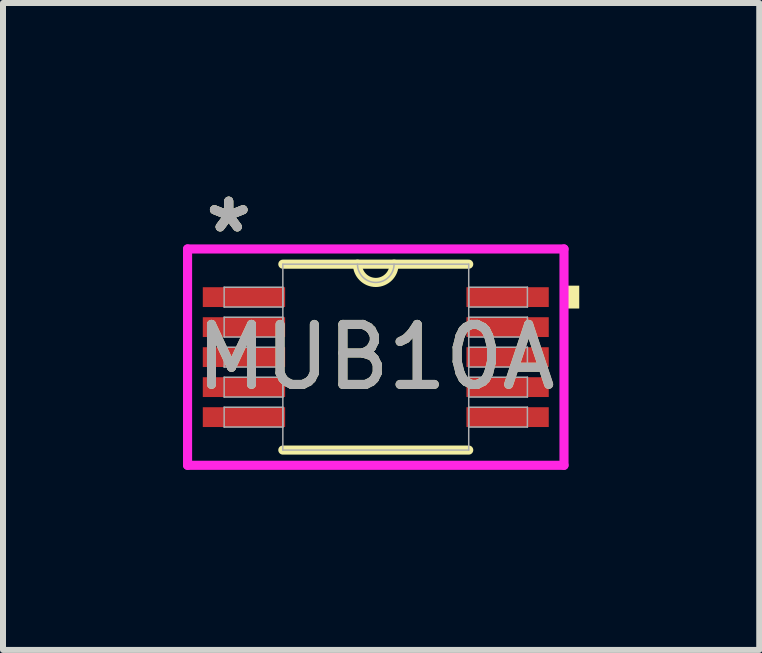
<source format=kicad_pcb>
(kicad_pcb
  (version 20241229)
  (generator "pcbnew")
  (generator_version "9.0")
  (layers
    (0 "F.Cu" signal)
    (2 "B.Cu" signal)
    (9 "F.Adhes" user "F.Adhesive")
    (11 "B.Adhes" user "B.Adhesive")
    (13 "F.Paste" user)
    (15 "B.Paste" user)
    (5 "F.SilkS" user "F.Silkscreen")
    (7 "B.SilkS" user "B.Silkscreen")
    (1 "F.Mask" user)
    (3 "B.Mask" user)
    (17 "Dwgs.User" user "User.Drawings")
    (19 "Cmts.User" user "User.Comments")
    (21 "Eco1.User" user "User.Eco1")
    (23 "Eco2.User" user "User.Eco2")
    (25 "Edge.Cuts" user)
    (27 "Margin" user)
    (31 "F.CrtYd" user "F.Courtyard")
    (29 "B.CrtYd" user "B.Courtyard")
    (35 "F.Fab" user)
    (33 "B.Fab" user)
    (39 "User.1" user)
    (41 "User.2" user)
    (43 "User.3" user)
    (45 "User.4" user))
  (footprint "MUB10A"
    (layer "F.Cu")
    (at 3.213 2.902)
    (property "Reference" "MUB10A" (at 0 0 0) (unlocked yes) (layer "F.SilkS") (effects (font (size 1 1) (thickness 0.15))))
    (attr smd)
    (fp_line (start -1.549 1.549) (end 1.549 1.549) (stroke (width 0.152) (type solid)) (layer "F.SilkS"))
    (fp_line (start 1.549 -1.549) (end -1.549 -1.549) (stroke (width 0.152) (type solid)) (layer "F.SilkS"))
    (fp_arc (start 0.3048 -1.5494) (mid 0 -1.2446) (end -0.3048 -1.5494) (stroke (width 0.1524) (type solid)) (layer "F.SilkS"))
    (fp_poly (pts (xy 3.391 -1.191) (xy 3.391 -0.81) (xy 3.137 -0.81) (xy 3.137 -1.191)) (stroke (width 0) (type solid)) (fill yes) (layer "F.SilkS"))
    (fp_line (start -3.137 -1.803) (end 3.137 -1.803) (stroke (width 0.152) (type solid)) (layer "F.CrtYd"))
    (fp_line (start -3.137 1.803) (end -3.137 -1.803) (stroke (width 0.152) (type solid)) (layer "F.CrtYd"))
    (fp_line (start 3.137 -1.803) (end 3.137 1.803) (stroke (width 0.152) (type solid)) (layer "F.CrtYd"))
    (fp_line (start 3.137 1.803) (end -3.137 1.803) (stroke (width 0.152) (type solid)) (layer "F.CrtYd"))
    (fp_line (start -2.527 -1.165) (end -2.527 -0.835) (stroke (width 0.025) (type solid)) (layer "F.Fab"))
    (fp_line (start -2.527 -0.835) (end -1.549 -0.835) (stroke (width 0.025) (type solid)) (layer "F.Fab"))
    (fp_line (start -2.527 -0.665) (end -2.527 -0.335) (stroke (width 0.025) (type solid)) (layer "F.Fab"))
    (fp_line (start -2.527 -0.335) (end -1.549 -0.335) (stroke (width 0.025) (type solid)) (layer "F.Fab"))
    (fp_line (start -2.527 -0.165) (end -2.527 0.165) (stroke (width 0.025) (type solid)) (layer "F.Fab"))
    (fp_line (start -2.527 0.165) (end -1.549 0.165) (stroke (width 0.025) (type solid)) (layer "F.Fab"))
    (fp_line (start -2.527 0.335) (end -2.527 0.665) (stroke (width 0.025) (type solid)) (layer "F.Fab"))
    (fp_line (start -2.527 0.665) (end -1.549 0.665) (stroke (width 0.025) (type solid)) (layer "F.Fab"))
    (fp_line (start -2.527 0.835) (end -2.527 1.165) (stroke (width 0.025) (type solid)) (layer "F.Fab"))
    (fp_line (start -2.527 1.165) (end -1.549 1.165) (stroke (width 0.025) (type solid)) (layer "F.Fab"))
    (fp_line (start -1.549 -1.549) (end -1.549 1.549) (stroke (width 0.025) (type solid)) (layer "F.Fab"))
    (fp_line (start -1.549 -1.165) (end -2.527 -1.165) (stroke (width 0.025) (type solid)) (layer "F.Fab"))
    (fp_line (start -1.549 -0.835) (end -1.549 -1.165) (stroke (width 0.025) (type solid)) (layer "F.Fab"))
    (fp_line (start -1.549 -0.665) (end -2.527 -0.665) (stroke (width 0.025) (type solid)) (layer "F.Fab"))
    (fp_line (start -1.549 -0.335) (end -1.549 -0.665) (stroke (width 0.025) (type solid)) (layer "F.Fab"))
    (fp_line (start -1.549 -0.165) (end -2.527 -0.165) (stroke (width 0.025) (type solid)) (layer "F.Fab"))
    (fp_line (start -1.549 0.165) (end -1.549 -0.165) (stroke (width 0.025) (type solid)) (layer "F.Fab"))
    (fp_line (start -1.549 0.335) (end -2.527 0.335) (stroke (width 0.025) (type solid)) (layer "F.Fab"))
    (fp_line (start -1.549 0.665) (end -1.549 0.335) (stroke (width 0.025) (type solid)) (layer "F.Fab"))
    (fp_line (start -1.549 0.835) (end -2.527 0.835) (stroke (width 0.025) (type solid)) (layer "F.Fab"))
    (fp_line (start -1.549 1.165) (end -1.549 0.835) (stroke (width 0.025) (type solid)) (layer "F.Fab"))
    (fp_line (start -1.549 1.549) (end 1.549 1.549) (stroke (width 0.025) (type solid)) (layer "F.Fab"))
    (fp_line (start 1.549 -1.549) (end -1.549 -1.549) (stroke (width 0.025) (type solid)) (layer "F.Fab"))
    (fp_line (start 1.549 -1.165) (end 1.549 -0.835) (stroke (width 0.025) (type solid)) (layer "F.Fab"))
    (fp_line (start 1.549 -0.835) (end 2.527 -0.835) (stroke (width 0.025) (type solid)) (layer "F.Fab"))
    (fp_line (start 1.549 -0.665) (end 1.549 -0.335) (stroke (width 0.025) (type solid)) (layer "F.Fab"))
    (fp_line (start 1.549 -0.335) (end 2.527 -0.335) (stroke (width 0.025) (type solid)) (layer "F.Fab"))
    (fp_line (start 1.549 -0.165) (end 1.549 0.165) (stroke (width 0.025) (type solid)) (layer "F.Fab"))
    (fp_line (start 1.549 0.165) (end 2.527 0.165) (stroke (width 0.025) (type solid)) (layer "F.Fab"))
    (fp_line (start 1.549 0.335) (end 1.549 0.665) (stroke (width 0.025) (type solid)) (layer "F.Fab"))
    (fp_line (start 1.549 0.665) (end 2.527 0.665) (stroke (width 0.025) (type solid)) (layer "F.Fab"))
    (fp_line (start 1.549 0.835) (end 1.549 1.165) (stroke (width 0.025) (type solid)) (layer "F.Fab"))
    (fp_line (start 1.549 1.165) (end 2.527 1.165) (stroke (width 0.025) (type solid)) (layer "F.Fab"))
    (fp_line (start 1.549 1.549) (end 1.549 -1.549) (stroke (width 0.025) (type solid)) (layer "F.Fab"))
    (fp_line (start 2.527 -1.165) (end 1.549 -1.165) (stroke (width 0.025) (type solid)) (layer "F.Fab"))
    (fp_line (start 2.527 -0.835) (end 2.527 -1.165) (stroke (width 0.025) (type solid)) (layer "F.Fab"))
    (fp_line (start 2.527 -0.665) (end 1.549 -0.665) (stroke (width 0.025) (type solid)) (layer "F.Fab"))
    (fp_line (start 2.527 -0.335) (end 2.527 -0.665) (stroke (width 0.025) (type solid)) (layer "F.Fab"))
    (fp_line (start 2.527 -0.165) (end 1.549 -0.165) (stroke (width 0.025) (type solid)) (layer "F.Fab"))
    (fp_line (start 2.527 0.165) (end 2.527 -0.165) (stroke (width 0.025) (type solid)) (layer "F.Fab"))
    (fp_line (start 2.527 0.335) (end 1.549 0.335) (stroke (width 0.025) (type solid)) (layer "F.Fab"))
    (fp_line (start 2.527 0.665) (end 2.527 0.335) (stroke (width 0.025) (type solid)) (layer "F.Fab"))
    (fp_line (start 2.527 0.835) (end 1.549 0.835) (stroke (width 0.025) (type solid)) (layer "F.Fab"))
    (fp_line (start 2.527 1.165) (end 2.527 0.835) (stroke (width 0.025) (type solid)) (layer "F.Fab"))
    (fp_arc (start 0.3048 -1.5494) (mid 0 -1.2446) (end -0.3048 -1.5494) (stroke (width 0.0254) (type solid)) (layer "F.Fab"))
    (fp_text user "*" (at -2.451 -2.054 0) (layer "F.SilkS") (effects (font (size 1 1) (thickness 0.15))))
    (fp_text user "*" (at -2.451 -2.054 0) (unlocked yes) (layer "F.SilkS") (effects (font (size 1 1) (thickness 0.15))))
    (fp_text user "*" (at -2.451 -2.054 0) (layer "F.Fab") (effects (font (size 1 1) (thickness 0.15))))
    (fp_text user "*" (at -2.451 -2.054 0) (unlocked yes) (layer "F.Fab") (effects (font (size 1 1) (thickness 0.15))))
    (fp_text user "${REFERENCE}" (at 0 0 0) (unlocked yes) (layer "F.Fab") (effects (font (size 1 1) (thickness 0.15))))
    (pad "1" smd rect (at -2.197 -1) (size 1.372 0.33) (layers "F.Cu" "F.Mask" "F.Paste"))
    (pad "2" smd rect (at -2.197 -0.5) (size 1.372 0.33) (layers "F.Cu" "F.Mask" "F.Paste"))
    (pad "3" smd rect (at -2.197 0) (size 1.372 0.33) (layers "F.Cu" "F.Mask" "F.Paste"))
    (pad "4" smd rect (at -2.197 0.5) (size 1.372 0.33) (layers "F.Cu" "F.Mask" "F.Paste"))
    (pad "5" smd rect (at -2.197 1) (size 1.372 0.33) (layers "F.Cu" "F.Mask" "F.Paste"))
    (pad "6" smd rect (at 2.197 1) (size 1.372 0.33) (layers "F.Cu" "F.Mask" "F.Paste"))
    (pad "7" smd rect (at 2.197 0.5) (size 1.372 0.33) (layers "F.Cu" "F.Mask" "F.Paste"))
    (pad "8" smd rect (at 2.197 0) (size 1.372 0.33) (layers "F.Cu" "F.Mask" "F.Paste"))
    (pad "9" smd rect (at 2.197 -0.5) (size 1.372 0.33) (layers "F.Cu" "F.Mask" "F.Paste"))
    (pad "10" smd rect (at 2.197 -1) (size 1.372 0.33) (layers "F.Cu" "F.Mask" "F.Paste")))
  (gr_rect
    (start -3 -3)
    (end 9.604 7.782)
    (stroke (width 0.1) (type default))
    (fill no)
    (layer "Edge.Cuts")))
</source>
